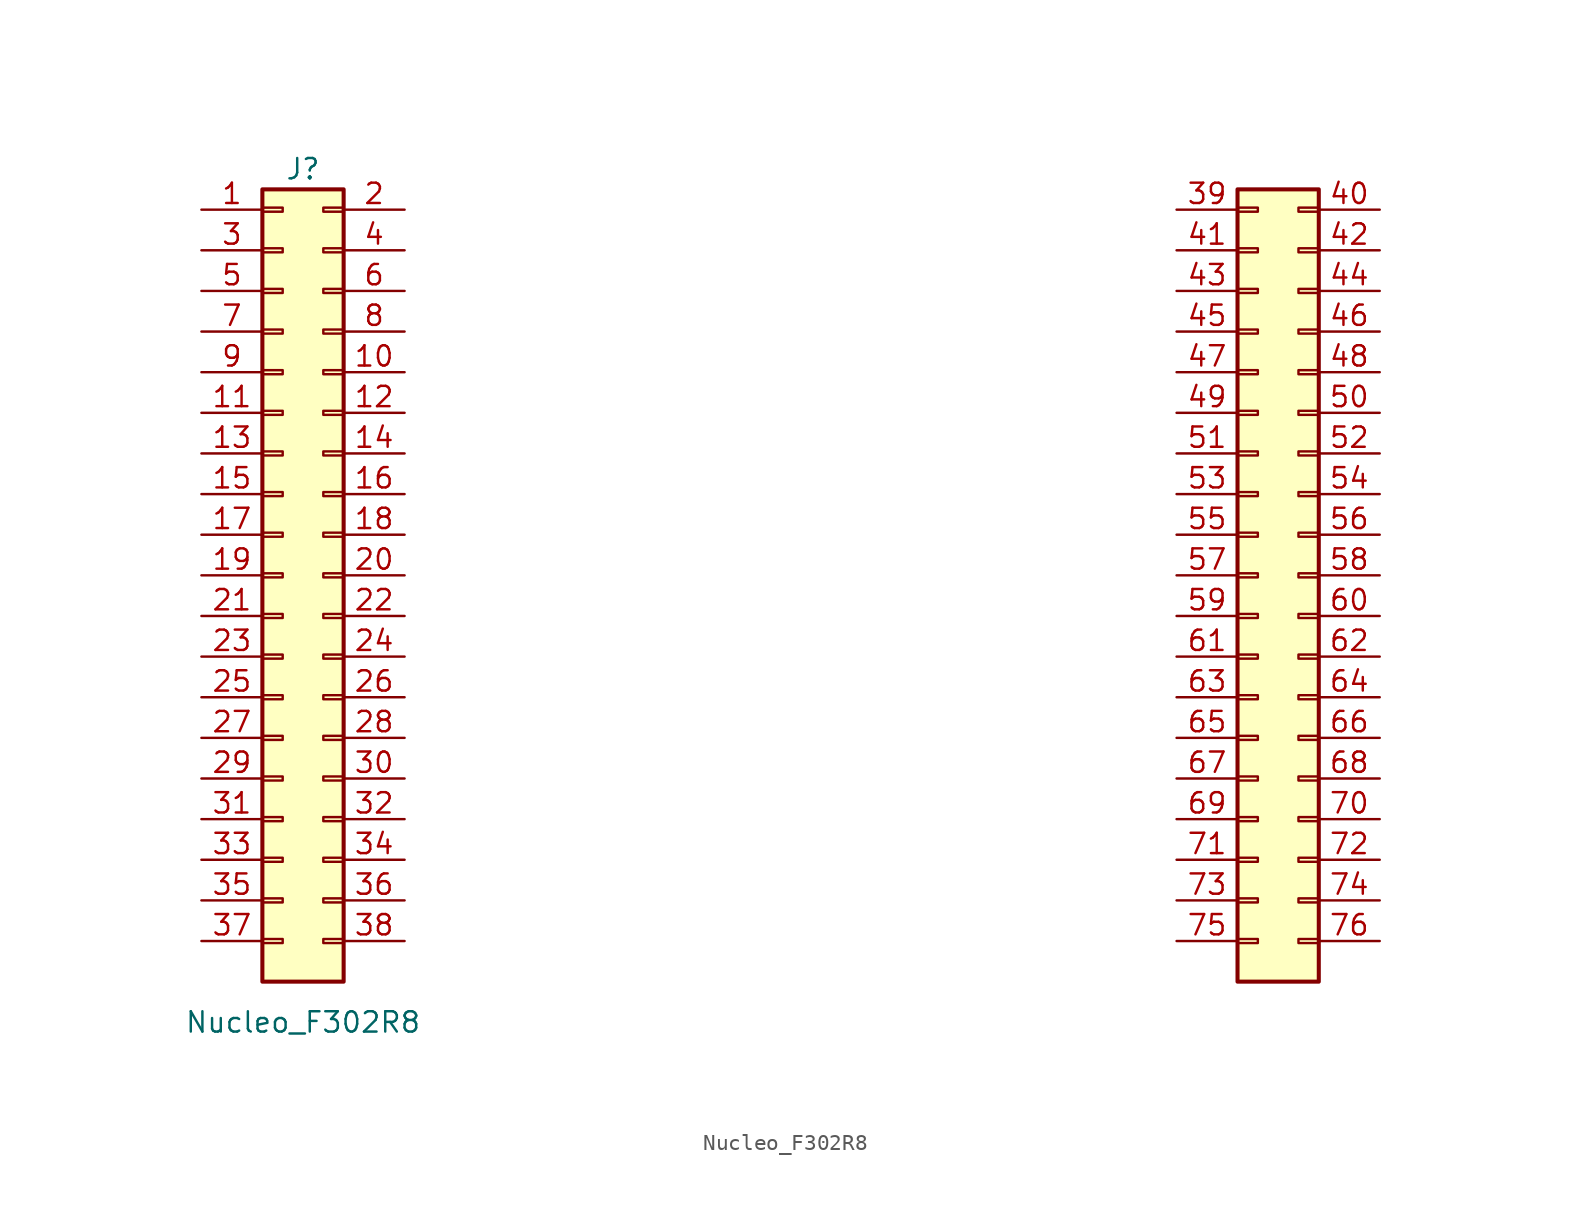
<source format=kicad_sym>
(kicad_symbol_lib
  (version 20220914)
  (generator kicad_symbol_editor)
  (symbol "Nucleo_F302R8"
    (pin_names
      (offset 1.016) hide)
    (property "Reference" "J"
      (at 1.27 25.4 0)
      (effects (font (size 1.27 1.27))))
    (property "Value" "Nucleo_F302R8"
      (at 1.27 -27.94 0)
      (effects (font (size 1.27 1.27))))
    (symbol "Nucleo_F302R8_1_1"
      (rectangle (start -1.27 -22.733) (end 0 -22.987) (stroke (width 0.152) (type default)) (fill (type none)))
      (rectangle (start -1.27 -20.193) (end 0 -20.447) (stroke (width 0.152) (type default)) (fill (type none)))
      (rectangle (start -1.27 -17.653) (end 0 -17.907) (stroke (width 0.152) (type default)) (fill (type none)))
      (rectangle (start -1.27 -15.113) (end 0 -15.367) (stroke (width 0.152) (type default)) (fill (type none)))
      (rectangle (start -1.27 -12.573) (end 0 -12.827) (stroke (width 0.152) (type default)) (fill (type none)))
      (rectangle (start -1.27 -10.033) (end 0 -10.287) (stroke (width 0.152) (type default)) (fill (type none)))
      (rectangle (start -1.27 -7.493) (end 0 -7.747) (stroke (width 0.152) (type default)) (fill (type none)))
      (rectangle (start -1.27 -4.953) (end 0 -5.207) (stroke (width 0.152) (type default)) (fill (type none)))
      (rectangle (start -1.27 -2.413) (end 0 -2.667) (stroke (width 0.152) (type default)) (fill (type none)))
      (rectangle (start -1.27 0.127) (end 0 -0.127) (stroke (width 0.152) (type default)) (fill (type none)))
      (rectangle (start -1.27 2.667) (end 0 2.413) (stroke (width 0.152) (type default)) (fill (type none)))
      (rectangle (start -1.27 5.207) (end 0 4.953) (stroke (width 0.152) (type default)) (fill (type none)))
      (rectangle (start -1.27 7.747) (end 0 7.493) (stroke (width 0.152) (type default)) (fill (type none)))
      (rectangle (start -1.27 10.287) (end 0 10.033) (stroke (width 0.152) (type default)) (fill (type none)))
      (rectangle (start -1.27 12.827) (end 0 12.573) (stroke (width 0.152) (type default)) (fill (type none)))
      (rectangle (start -1.27 15.367) (end 0 15.113) (stroke (width 0.152) (type default)) (fill (type none)))
      (rectangle (start -1.27 17.907) (end 0 17.653) (stroke (width 0.152) (type default)) (fill (type none)))
      (rectangle (start -1.27 20.447) (end 0 20.193) (stroke (width 0.152) (type default)) (fill (type none)))
      (rectangle (start -1.27 22.987) (end 0 22.733) (stroke (width 0.152) (type default)) (fill (type none)))
      (rectangle (start -1.27 24.13) (end 3.81 -25.4) (stroke (width 0.254) (type default)) (fill (type background)))
      (rectangle (start 3.81 -22.733) (end 2.54 -22.987) (stroke (width 0.152) (type default)) (fill (type none)))
      (rectangle (start 3.81 -20.193) (end 2.54 -20.447) (stroke (width 0.152) (type default)) (fill (type none)))
      (rectangle (start 3.81 -17.653) (end 2.54 -17.907) (stroke (width 0.152) (type default)) (fill (type none)))
      (rectangle (start 3.81 -15.113) (end 2.54 -15.367) (stroke (width 0.152) (type default)) (fill (type none)))
      (rectangle (start 3.81 -12.573) (end 2.54 -12.827) (stroke (width 0.152) (type default)) (fill (type none)))
      (rectangle (start 3.81 -10.033) (end 2.54 -10.287) (stroke (width 0.152) (type default)) (fill (type none)))
      (rectangle (start 3.81 -7.493) (end 2.54 -7.747) (stroke (width 0.152) (type default)) (fill (type none)))
      (rectangle (start 3.81 -4.953) (end 2.54 -5.207) (stroke (width 0.152) (type default)) (fill (type none)))
      (rectangle (start 3.81 -2.413) (end 2.54 -2.667) (stroke (width 0.152) (type default)) (fill (type none)))
      (rectangle (start 3.81 0.127) (end 2.54 -0.127) (stroke (width 0.152) (type default)) (fill (type none)))
      (rectangle (start 3.81 2.667) (end 2.54 2.413) (stroke (width 0.152) (type default)) (fill (type none)))
      (rectangle (start 3.81 5.207) (end 2.54 4.953) (stroke (width 0.152) (type default)) (fill (type none)))
      (rectangle (start 3.81 7.747) (end 2.54 7.493) (stroke (width 0.152) (type default)) (fill (type none)))
      (rectangle (start 3.81 10.287) (end 2.54 10.033) (stroke (width 0.152) (type default)) (fill (type none)))
      (rectangle (start 3.81 12.827) (end 2.54 12.573) (stroke (width 0.152) (type default)) (fill (type none)))
      (rectangle (start 3.81 15.367) (end 2.54 15.113) (stroke (width 0.152) (type default)) (fill (type none)))
      (rectangle (start 3.81 17.907) (end 2.54 17.653) (stroke (width 0.152) (type default)) (fill (type none)))
      (rectangle (start 3.81 20.447) (end 2.54 20.193) (stroke (width 0.152) (type default)) (fill (type none)))
      (rectangle (start 3.81 22.987) (end 2.54 22.733) (stroke (width 0.152) (type default)) (fill (type none)))
      (rectangle (start 59.69 -22.733) (end 60.96 -22.987) (stroke (width 0.152) (type default)) (fill (type none)))
      (rectangle (start 59.69 -20.193) (end 60.96 -20.447) (stroke (width 0.152) (type default)) (fill (type none)))
      (rectangle (start 59.69 -17.653) (end 60.96 -17.907) (stroke (width 0.152) (type default)) (fill (type none)))
      (rectangle (start 59.69 -15.113) (end 60.96 -15.367) (stroke (width 0.152) (type default)) (fill (type none)))
      (rectangle (start 59.69 -12.573) (end 60.96 -12.827) (stroke (width 0.152) (type default)) (fill (type none)))
      (rectangle (start 59.69 -10.033) (end 60.96 -10.287) (stroke (width 0.152) (type default)) (fill (type none)))
      (rectangle (start 59.69 -7.493) (end 60.96 -7.747) (stroke (width 0.152) (type default)) (fill (type none)))
      (rectangle (start 59.69 -4.953) (end 60.96 -5.207) (stroke (width 0.152) (type default)) (fill (type none)))
      (rectangle (start 59.69 -2.413) (end 60.96 -2.667) (stroke (width 0.152) (type default)) (fill (type none)))
      (rectangle (start 59.69 0.127) (end 60.96 -0.127) (stroke (width 0.152) (type default)) (fill (type none)))
      (rectangle (start 59.69 2.667) (end 60.96 2.413) (stroke (width 0.152) (type default)) (fill (type none)))
      (rectangle (start 59.69 5.207) (end 60.96 4.953) (stroke (width 0.152) (type default)) (fill (type none)))
      (rectangle (start 59.69 7.747) (end 60.96 7.493) (stroke (width 0.152) (type default)) (fill (type none)))
      (rectangle (start 59.69 10.287) (end 60.96 10.033) (stroke (width 0.152) (type default)) (fill (type none)))
      (rectangle (start 59.69 12.827) (end 60.96 12.573) (stroke (width 0.152) (type default)) (fill (type none)))
      (rectangle (start 59.69 15.367) (end 60.96 15.113) (stroke (width 0.152) (type default)) (fill (type none)))
      (rectangle (start 59.69 17.907) (end 60.96 17.653) (stroke (width 0.152) (type default)) (fill (type none)))
      (rectangle (start 59.69 20.447) (end 60.96 20.193) (stroke (width 0.152) (type default)) (fill (type none)))
      (rectangle (start 59.69 22.987) (end 60.96 22.733) (stroke (width 0.152) (type default)) (fill (type none)))
      (rectangle (start 59.69 24.13) (end 64.77 -25.4) (stroke (width 0.254) (type default)) (fill (type background)))
      (rectangle (start 64.77 -22.733) (end 63.5 -22.987) (stroke (width 0.152) (type default)) (fill (type none)))
      (rectangle (start 64.77 -20.193) (end 63.5 -20.447) (stroke (width 0.152) (type default)) (fill (type none)))
      (rectangle (start 64.77 -17.653) (end 63.5 -17.907) (stroke (width 0.152) (type default)) (fill (type none)))
      (rectangle (start 64.77 -15.113) (end 63.5 -15.367) (stroke (width 0.152) (type default)) (fill (type none)))
      (rectangle (start 64.77 -12.573) (end 63.5 -12.827) (stroke (width 0.152) (type default)) (fill (type none)))
      (rectangle (start 64.77 -10.033) (end 63.5 -10.287) (stroke (width 0.152) (type default)) (fill (type none)))
      (rectangle (start 64.77 -7.493) (end 63.5 -7.747) (stroke (width 0.152) (type default)) (fill (type none)))
      (rectangle (start 64.77 -4.953) (end 63.5 -5.207) (stroke (width 0.152) (type default)) (fill (type none)))
      (rectangle (start 64.77 -2.413) (end 63.5 -2.667) (stroke (width 0.152) (type default)) (fill (type none)))
      (rectangle (start 64.77 0.127) (end 63.5 -0.127) (stroke (width 0.152) (type default)) (fill (type none)))
      (rectangle (start 64.77 2.667) (end 63.5 2.413) (stroke (width 0.152) (type default)) (fill (type none)))
      (rectangle (start 64.77 5.207) (end 63.5 4.953) (stroke (width 0.152) (type default)) (fill (type none)))
      (rectangle (start 64.77 7.747) (end 63.5 7.493) (stroke (width 0.152) (type default)) (fill (type none)))
      (rectangle (start 64.77 10.287) (end 63.5 10.033) (stroke (width 0.152) (type default)) (fill (type none)))
      (rectangle (start 64.77 12.827) (end 63.5 12.573) (stroke (width 0.152) (type default)) (fill (type none)))
      (rectangle (start 64.77 15.367) (end 63.5 15.113) (stroke (width 0.152) (type default)) (fill (type none)))
      (rectangle (start 64.77 17.907) (end 63.5 17.653) (stroke (width 0.152) (type default)) (fill (type none)))
      (rectangle (start 64.77 20.447) (end 63.5 20.193) (stroke (width 0.152) (type default)) (fill (type none)))
      (rectangle (start 64.77 22.987) (end 63.5 22.733) (stroke (width 0.152) (type default)) (fill (type none)))
      (pin passive line (at -5.08 22.86 0) (length 3.81) (name "Pin_1" (effects (font (size 1.27 1.27)))) (number "1" (effects (font (size 1.27 1.27)))))
      (pin passive line (at 7.62 12.7 180) (length 3.81) (name "Pin_10" (effects (font (size 1.27 1.27)))) (number "10" (effects (font (size 1.27 1.27)))))
      (pin passive line (at -5.08 10.16 0) (length 3.81) (name "Pin_11" (effects (font (size 1.27 1.27)))) (number "11" (effects (font (size 1.27 1.27)))))
      (pin passive line (at 7.62 10.16 180) (length 3.81) (name "Pin_12" (effects (font (size 1.27 1.27)))) (number "12" (effects (font (size 1.27 1.27)))))
      (pin passive line (at -5.08 7.62 0) (length 3.81) (name "Pin_13" (effects (font (size 1.27 1.27)))) (number "13" (effects (font (size 1.27 1.27)))))
      (pin passive line (at 7.62 7.62 180) (length 3.81) (name "Pin_14" (effects (font (size 1.27 1.27)))) (number "14" (effects (font (size 1.27 1.27)))))
      (pin passive line (at -5.08 5.08 0) (length 3.81) (name "Pin_15" (effects (font (size 1.27 1.27)))) (number "15" (effects (font (size 1.27 1.27)))))
      (pin passive line (at 7.62 5.08 180) (length 3.81) (name "Pin_16" (effects (font (size 1.27 1.27)))) (number "16" (effects (font (size 1.27 1.27)))))
      (pin passive line (at -5.08 2.54 0) (length 3.81) (name "Pin_17" (effects (font (size 1.27 1.27)))) (number "17" (effects (font (size 1.27 1.27)))))
      (pin passive line (at 7.62 2.54 180) (length 3.81) (name "Pin_18" (effects (font (size 1.27 1.27)))) (number "18" (effects (font (size 1.27 1.27)))))
      (pin passive line (at -5.08 0 0) (length 3.81) (name "Pin_19" (effects (font (size 1.27 1.27)))) (number "19" (effects (font (size 1.27 1.27)))))
      (pin passive line (at 7.62 22.86 180) (length 3.81) (name "Pin_2" (effects (font (size 1.27 1.27)))) (number "2" (effects (font (size 1.27 1.27)))))
      (pin passive line (at 7.62 0 180) (length 3.81) (name "Pin_20" (effects (font (size 1.27 1.27)))) (number "20" (effects (font (size 1.27 1.27)))))
      (pin passive line (at -5.08 -2.54 0) (length 3.81) (name "Pin_21" (effects (font (size 1.27 1.27)))) (number "21" (effects (font (size 1.27 1.27)))))
      (pin passive line (at 7.62 -2.54 180) (length 3.81) (name "Pin_22" (effects (font (size 1.27 1.27)))) (number "22" (effects (font (size 1.27 1.27)))))
      (pin passive line (at -5.08 -5.08 0) (length 3.81) (name "Pin_23" (effects (font (size 1.27 1.27)))) (number "23" (effects (font (size 1.27 1.27)))))
      (pin passive line (at 7.62 -5.08 180) (length 3.81) (name "Pin_24" (effects (font (size 1.27 1.27)))) (number "24" (effects (font (size 1.27 1.27)))))
      (pin passive line (at -5.08 -7.62 0) (length 3.81) (name "Pin_25" (effects (font (size 1.27 1.27)))) (number "25" (effects (font (size 1.27 1.27)))))
      (pin passive line (at 7.62 -7.62 180) (length 3.81) (name "Pin_26" (effects (font (size 1.27 1.27)))) (number "26" (effects (font (size 1.27 1.27)))))
      (pin passive line (at -5.08 -10.16 0) (length 3.81) (name "Pin_27" (effects (font (size 1.27 1.27)))) (number "27" (effects (font (size 1.27 1.27)))))
      (pin passive line (at 7.62 -10.16 180) (length 3.81) (name "Pin_28" (effects (font (size 1.27 1.27)))) (number "28" (effects (font (size 1.27 1.27)))))
      (pin passive line (at -5.08 -12.7 0) (length 3.81) (name "Pin_29" (effects (font (size 1.27 1.27)))) (number "29" (effects (font (size 1.27 1.27)))))
      (pin passive line (at -5.08 20.32 0) (length 3.81) (name "Pin_3" (effects (font (size 1.27 1.27)))) (number "3" (effects (font (size 1.27 1.27)))))
      (pin passive line (at 7.62 -12.7 180) (length 3.81) (name "Pin_30" (effects (font (size 1.27 1.27)))) (number "30" (effects (font (size 1.27 1.27)))))
      (pin passive line (at -5.08 -15.24 0) (length 3.81) (name "Pin_31" (effects (font (size 1.27 1.27)))) (number "31" (effects (font (size 1.27 1.27)))))
      (pin passive line (at 7.62 -15.24 180) (length 3.81) (name "Pin_32" (effects (font (size 1.27 1.27)))) (number "32" (effects (font (size 1.27 1.27)))))
      (pin passive line (at -5.08 -17.78 0) (length 3.81) (name "Pin_33" (effects (font (size 1.27 1.27)))) (number "33" (effects (font (size 1.27 1.27)))))
      (pin passive line (at 7.62 -17.78 180) (length 3.81) (name "Pin_34" (effects (font (size 1.27 1.27)))) (number "34" (effects (font (size 1.27 1.27)))))
      (pin passive line (at -5.08 -20.32 0) (length 3.81) (name "Pin_35" (effects (font (size 1.27 1.27)))) (number "35" (effects (font (size 1.27 1.27)))))
      (pin passive line (at 7.62 -20.32 180) (length 3.81) (name "Pin_36" (effects (font (size 1.27 1.27)))) (number "36" (effects (font (size 1.27 1.27)))))
      (pin passive line (at -5.08 -22.86 0) (length 3.81) (name "Pin_37" (effects (font (size 1.27 1.27)))) (number "37" (effects (font (size 1.27 1.27)))))
      (pin passive line (at 7.62 -22.86 180) (length 3.81) (name "Pin_38" (effects (font (size 1.27 1.27)))) (number "38" (effects (font (size 1.27 1.27)))))
      (pin passive line (at 55.88 22.86 0) (length 3.81) (name "39" (effects (font (size 1.27 1.27)))) (number "39" (effects (font (size 1.27 1.27)))))
      (pin passive line (at 7.62 20.32 180) (length 3.81) (name "Pin_4" (effects (font (size 1.27 1.27)))) (number "4" (effects (font (size 1.27 1.27)))))
      (pin passive line (at 68.58 22.86 180) (length 3.81) (name "40" (effects (font (size 1.27 1.27)))) (number "40" (effects (font (size 1.27 1.27)))))
      (pin passive line (at 55.88 20.32 0) (length 3.81) (name "41" (effects (font (size 1.27 1.27)))) (number "41" (effects (font (size 1.27 1.27)))))
      (pin passive line (at 68.58 20.32 180) (length 3.81) (name "42" (effects (font (size 1.27 1.27)))) (number "42" (effects (font (size 1.27 1.27)))))
      (pin passive line (at 55.88 17.78 0) (length 3.81) (name "43" (effects (font (size 1.27 1.27)))) (number "43" (effects (font (size 1.27 1.27)))))
      (pin passive line (at 68.58 17.78 180) (length 3.81) (name "44" (effects (font (size 1.27 1.27)))) (number "44" (effects (font (size 1.27 1.27)))))
      (pin passive line (at 55.88 15.24 0) (length 3.81) (name "45" (effects (font (size 1.27 1.27)))) (number "45" (effects (font (size 1.27 1.27)))))
      (pin passive line (at 68.58 15.24 180) (length 3.81) (name "46" (effects (font (size 1.27 1.27)))) (number "46" (effects (font (size 1.27 1.27)))))
      (pin passive line (at 55.88 12.7 0) (length 3.81) (name "47" (effects (font (size 1.27 1.27)))) (number "47" (effects (font (size 1.27 1.27)))))
      (pin passive line (at 68.58 12.7 180) (length 3.81) (name "48" (effects (font (size 1.27 1.27)))) (number "48" (effects (font (size 1.27 1.27)))))
      (pin passive line (at 55.88 10.16 0) (length 3.81) (name "49" (effects (font (size 1.27 1.27)))) (number "49" (effects (font (size 1.27 1.27)))))
      (pin passive line (at -5.08 17.78 0) (length 3.81) (name "Pin_5" (effects (font (size 1.27 1.27)))) (number "5" (effects (font (size 1.27 1.27)))))
      (pin passive line (at 68.58 10.16 180) (length 3.81) (name "50" (effects (font (size 1.27 1.27)))) (number "50" (effects (font (size 1.27 1.27)))))
      (pin passive line (at 55.88 7.62 0) (length 3.81) (name "51" (effects (font (size 1.27 1.27)))) (number "51" (effects (font (size 1.27 1.27)))))
      (pin passive line (at 68.58 7.62 180) (length 3.81) (name "52" (effects (font (size 1.27 1.27)))) (number "52" (effects (font (size 1.27 1.27)))))
      (pin passive line (at 55.88 5.08 0) (length 3.81) (name "53" (effects (font (size 1.27 1.27)))) (number "53" (effects (font (size 1.27 1.27)))))
      (pin passive line (at 68.58 5.08 180) (length 3.81) (name "54" (effects (font (size 1.27 1.27)))) (number "54" (effects (font (size 1.27 1.27)))))
      (pin passive line (at 55.88 2.54 0) (length 3.81) (name "55" (effects (font (size 1.27 1.27)))) (number "55" (effects (font (size 1.27 1.27)))))
      (pin passive line (at 68.58 2.54 180) (length 3.81) (name "56" (effects (font (size 1.27 1.27)))) (number "56" (effects (font (size 1.27 1.27)))))
      (pin passive line (at 55.88 0 0) (length 3.81) (name "57" (effects (font (size 1.27 1.27)))) (number "57" (effects (font (size 1.27 1.27)))))
      (pin passive line (at 68.58 0 180) (length 3.81) (name "58" (effects (font (size 1.27 1.27)))) (number "58" (effects (font (size 1.27 1.27)))))
      (pin passive line (at 55.88 -2.54 0) (length 3.81) (name "59" (effects (font (size 1.27 1.27)))) (number "59" (effects (font (size 1.27 1.27)))))
      (pin passive line (at 7.62 17.78 180) (length 3.81) (name "Pin_6" (effects (font (size 1.27 1.27)))) (number "6" (effects (font (size 1.27 1.27)))))
      (pin passive line (at 68.58 -2.54 180) (length 3.81) (name "60" (effects (font (size 1.27 1.27)))) (number "60" (effects (font (size 1.27 1.27)))))
      (pin passive line (at 55.88 -5.08 0) (length 3.81) (name "61" (effects (font (size 1.27 1.27)))) (number "61" (effects (font (size 1.27 1.27)))))
      (pin passive line (at 68.58 -5.08 180) (length 3.81) (name "62" (effects (font (size 1.27 1.27)))) (number "62" (effects (font (size 1.27 1.27)))))
      (pin passive line (at 55.88 -7.62 0) (length 3.81) (name "63" (effects (font (size 1.27 1.27)))) (number "63" (effects (font (size 1.27 1.27)))))
      (pin passive line (at 68.58 -7.62 180) (length 3.81) (name "64" (effects (font (size 1.27 1.27)))) (number "64" (effects (font (size 1.27 1.27)))))
      (pin passive line (at 55.88 -10.16 0) (length 3.81) (name "65" (effects (font (size 1.27 1.27)))) (number "65" (effects (font (size 1.27 1.27)))))
      (pin passive line (at 68.58 -10.16 180) (length 3.81) (name "66" (effects (font (size 1.27 1.27)))) (number "66" (effects (font (size 1.27 1.27)))))
      (pin passive line (at 55.88 -12.7 0) (length 3.81) (name "67" (effects (font (size 1.27 1.27)))) (number "67" (effects (font (size 1.27 1.27)))))
      (pin passive line (at 68.58 -12.7 180) (length 3.81) (name "68" (effects (font (size 1.27 1.27)))) (number "68" (effects (font (size 1.27 1.27)))))
      (pin passive line (at 55.88 -15.24 0) (length 3.81) (name "69" (effects (font (size 1.27 1.27)))) (number "69" (effects (font (size 1.27 1.27)))))
      (pin passive line (at -5.08 15.24 0) (length 3.81) (name "Pin_7" (effects (font (size 1.27 1.27)))) (number "7" (effects (font (size 1.27 1.27)))))
      (pin passive line (at 68.58 -15.24 180) (length 3.81) (name "70" (effects (font (size 1.27 1.27)))) (number "70" (effects (font (size 1.27 1.27)))))
      (pin passive line (at 55.88 -17.78 0) (length 3.81) (name "71" (effects (font (size 1.27 1.27)))) (number "71" (effects (font (size 1.27 1.27)))))
      (pin passive line (at 68.58 -17.78 180) (length 3.81) (name "72" (effects (font (size 1.27 1.27)))) (number "72" (effects (font (size 1.27 1.27)))))
      (pin passive line (at 55.88 -20.32 0) (length 3.81) (name "73" (effects (font (size 1.27 1.27)))) (number "73" (effects (font (size 1.27 1.27)))))
      (pin passive line (at 68.58 -20.32 180) (length 3.81) (name "74" (effects (font (size 1.27 1.27)))) (number "74" (effects (font (size 1.27 1.27)))))
      (pin passive line (at 55.88 -22.86 0) (length 3.81) (name "75" (effects (font (size 1.27 1.27)))) (number "75" (effects (font (size 1.27 1.27)))))
      (pin passive line (at 68.58 -22.86 180) (length 3.81) (name "76" (effects (font (size 1.27 1.27)))) (number "76" (effects (font (size 1.27 1.27)))))
      (pin passive line (at 7.62 15.24 180) (length 3.81) (name "Pin_8" (effects (font (size 1.27 1.27)))) (number "8" (effects (font (size 1.27 1.27)))))
      (pin passive line (at -5.08 12.7 0) (length 3.81) (name "Pin_9" (effects (font (size 1.27 1.27)))) (number "9" (effects (font (size 1.27 1.27))))))))
</source>
